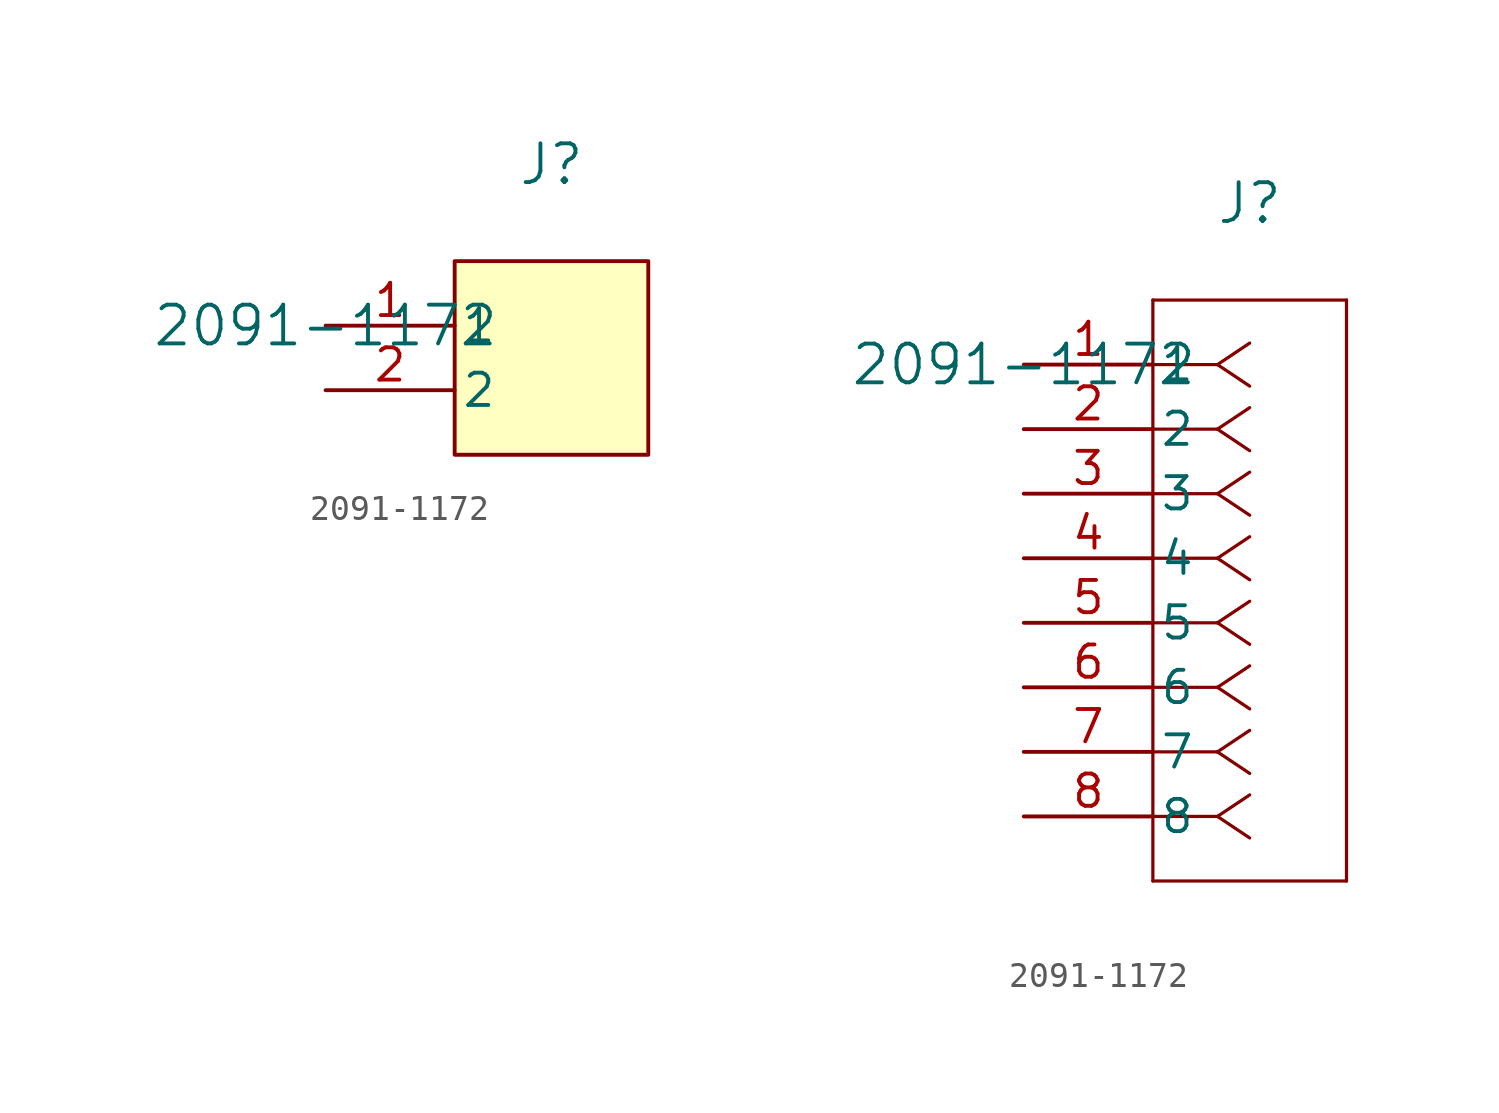
<source format=kicad_sym>
(kicad_symbol_lib
  (version 20231120)
  (generator "kicad_symbol_editor")
  (generator_version "8.0")
  (symbol "2091-1172"
    (pin_names
      (offset 0.254))
    (property "Reference" "J"
      (at 8.89 6.35 0)
      (effects (font (size 1.524 1.524))))
    (property "Value" "2091-1172"
      (at 0 0 0)
      (effects (font (size 1.524 1.524))))
    (symbol "2091-1172_1_1"
      (rectangle (start 5.08 2.54) (end 12.7 -5.08) (stroke (width 0) (type default)) (fill (type background)))
      (pin unspecified line (at 0 0 0) (length 5.08) (name "1" (effects (font (size 1.27 1.27)))) (number "1" (effects (font (size 1.27 1.27)))))
      (pin unspecified line (at 0 -2.54 0) (length 5.08) (name "2" (effects (font (size 1.27 1.27)))) (number "2" (effects (font (size 1.27 1.27))))))
    (symbol "2091-1172_1_2"
      (polyline (pts (xy 5.08 -20.32) (xy 12.7 -20.32)) (stroke (width 0.127) (type default)) (fill (type none)))
      (polyline (pts (xy 5.08 2.54) (xy 5.08 -20.32)) (stroke (width 0.127) (type default)) (fill (type none)))
      (polyline (pts (xy 7.62 -17.78) (xy 5.08 -17.78)) (stroke (width 0.127) (type default)) (fill (type none)))
      (polyline (pts (xy 7.62 -17.78) (xy 8.89 -18.627)) (stroke (width 0.127) (type default)) (fill (type none)))
      (polyline (pts (xy 7.62 -17.78) (xy 8.89 -16.933)) (stroke (width 0.127) (type default)) (fill (type none)))
      (polyline (pts (xy 7.62 -15.24) (xy 5.08 -15.24)) (stroke (width 0.127) (type default)) (fill (type none)))
      (polyline (pts (xy 7.62 -15.24) (xy 8.89 -16.087)) (stroke (width 0.127) (type default)) (fill (type none)))
      (polyline (pts (xy 7.62 -15.24) (xy 8.89 -14.393)) (stroke (width 0.127) (type default)) (fill (type none)))
      (polyline (pts (xy 7.62 -12.7) (xy 5.08 -12.7)) (stroke (width 0.127) (type default)) (fill (type none)))
      (polyline (pts (xy 7.62 -12.7) (xy 8.89 -13.547)) (stroke (width 0.127) (type default)) (fill (type none)))
      (polyline (pts (xy 7.62 -12.7) (xy 8.89 -11.853)) (stroke (width 0.127) (type default)) (fill (type none)))
      (polyline (pts (xy 7.62 -10.16) (xy 5.08 -10.16)) (stroke (width 0.127) (type default)) (fill (type none)))
      (polyline (pts (xy 7.62 -10.16) (xy 8.89 -11.007)) (stroke (width 0.127) (type default)) (fill (type none)))
      (polyline (pts (xy 7.62 -10.16) (xy 8.89 -9.313)) (stroke (width 0.127) (type default)) (fill (type none)))
      (polyline (pts (xy 7.62 -7.62) (xy 5.08 -7.62)) (stroke (width 0.127) (type default)) (fill (type none)))
      (polyline (pts (xy 7.62 -7.62) (xy 8.89 -8.467)) (stroke (width 0.127) (type default)) (fill (type none)))
      (polyline (pts (xy 7.62 -7.62) (xy 8.89 -6.773)) (stroke (width 0.127) (type default)) (fill (type none)))
      (polyline (pts (xy 7.62 -5.08) (xy 5.08 -5.08)) (stroke (width 0.127) (type default)) (fill (type none)))
      (polyline (pts (xy 7.62 -5.08) (xy 8.89 -5.927)) (stroke (width 0.127) (type default)) (fill (type none)))
      (polyline (pts (xy 7.62 -5.08) (xy 8.89 -4.233)) (stroke (width 0.127) (type default)) (fill (type none)))
      (polyline (pts (xy 7.62 -2.54) (xy 5.08 -2.54)) (stroke (width 0.127) (type default)) (fill (type none)))
      (polyline (pts (xy 7.62 -2.54) (xy 8.89 -3.387)) (stroke (width 0.127) (type default)) (fill (type none)))
      (polyline (pts (xy 7.62 -2.54) (xy 8.89 -1.693)) (stroke (width 0.127) (type default)) (fill (type none)))
      (polyline (pts (xy 7.62 0) (xy 5.08 0)) (stroke (width 0.127) (type default)) (fill (type none)))
      (polyline (pts (xy 7.62 0) (xy 8.89 -0.847)) (stroke (width 0.127) (type default)) (fill (type none)))
      (polyline (pts (xy 7.62 0) (xy 8.89 0.847)) (stroke (width 0.127) (type default)) (fill (type none)))
      (polyline (pts (xy 12.7 -20.32) (xy 12.7 2.54)) (stroke (width 0.127) (type default)) (fill (type none)))
      (polyline (pts (xy 12.7 2.54) (xy 5.08 2.54)) (stroke (width 0.127) (type default)) (fill (type none)))
      (pin unspecified line (at 0 0 0) (length 5.08) (name "1" (effects (font (size 1.27 1.27)))) (number "1" (effects (font (size 1.27 1.27)))))
      (pin unspecified line (at 0 -2.54 0) (length 5.08) (name "2" (effects (font (size 1.27 1.27)))) (number "2" (effects (font (size 1.27 1.27)))))
      (pin unspecified line (at 0 -5.08 0) (length 5.08) (name "3" (effects (font (size 1.27 1.27)))) (number "3" (effects (font (size 1.27 1.27)))))
      (pin unspecified line (at 0 -7.62 0) (length 5.08) (name "4" (effects (font (size 1.27 1.27)))) (number "4" (effects (font (size 1.27 1.27)))))
      (pin unspecified line (at 0 -10.16 0) (length 5.08) (name "5" (effects (font (size 1.27 1.27)))) (number "5" (effects (font (size 1.27 1.27)))))
      (pin unspecified line (at 0 -12.7 0) (length 5.08) (name "6" (effects (font (size 1.27 1.27)))) (number "6" (effects (font (size 1.27 1.27)))))
      (pin unspecified line (at 0 -15.24 0) (length 5.08) (name "7" (effects (font (size 1.27 1.27)))) (number "7" (effects (font (size 1.27 1.27)))))
      (pin unspecified line (at 0 -17.78 0) (length 5.08) (name "8" (effects (font (size 1.27 1.27)))) (number "8" (effects (font (size 1.27 1.27))))))))
</source>
